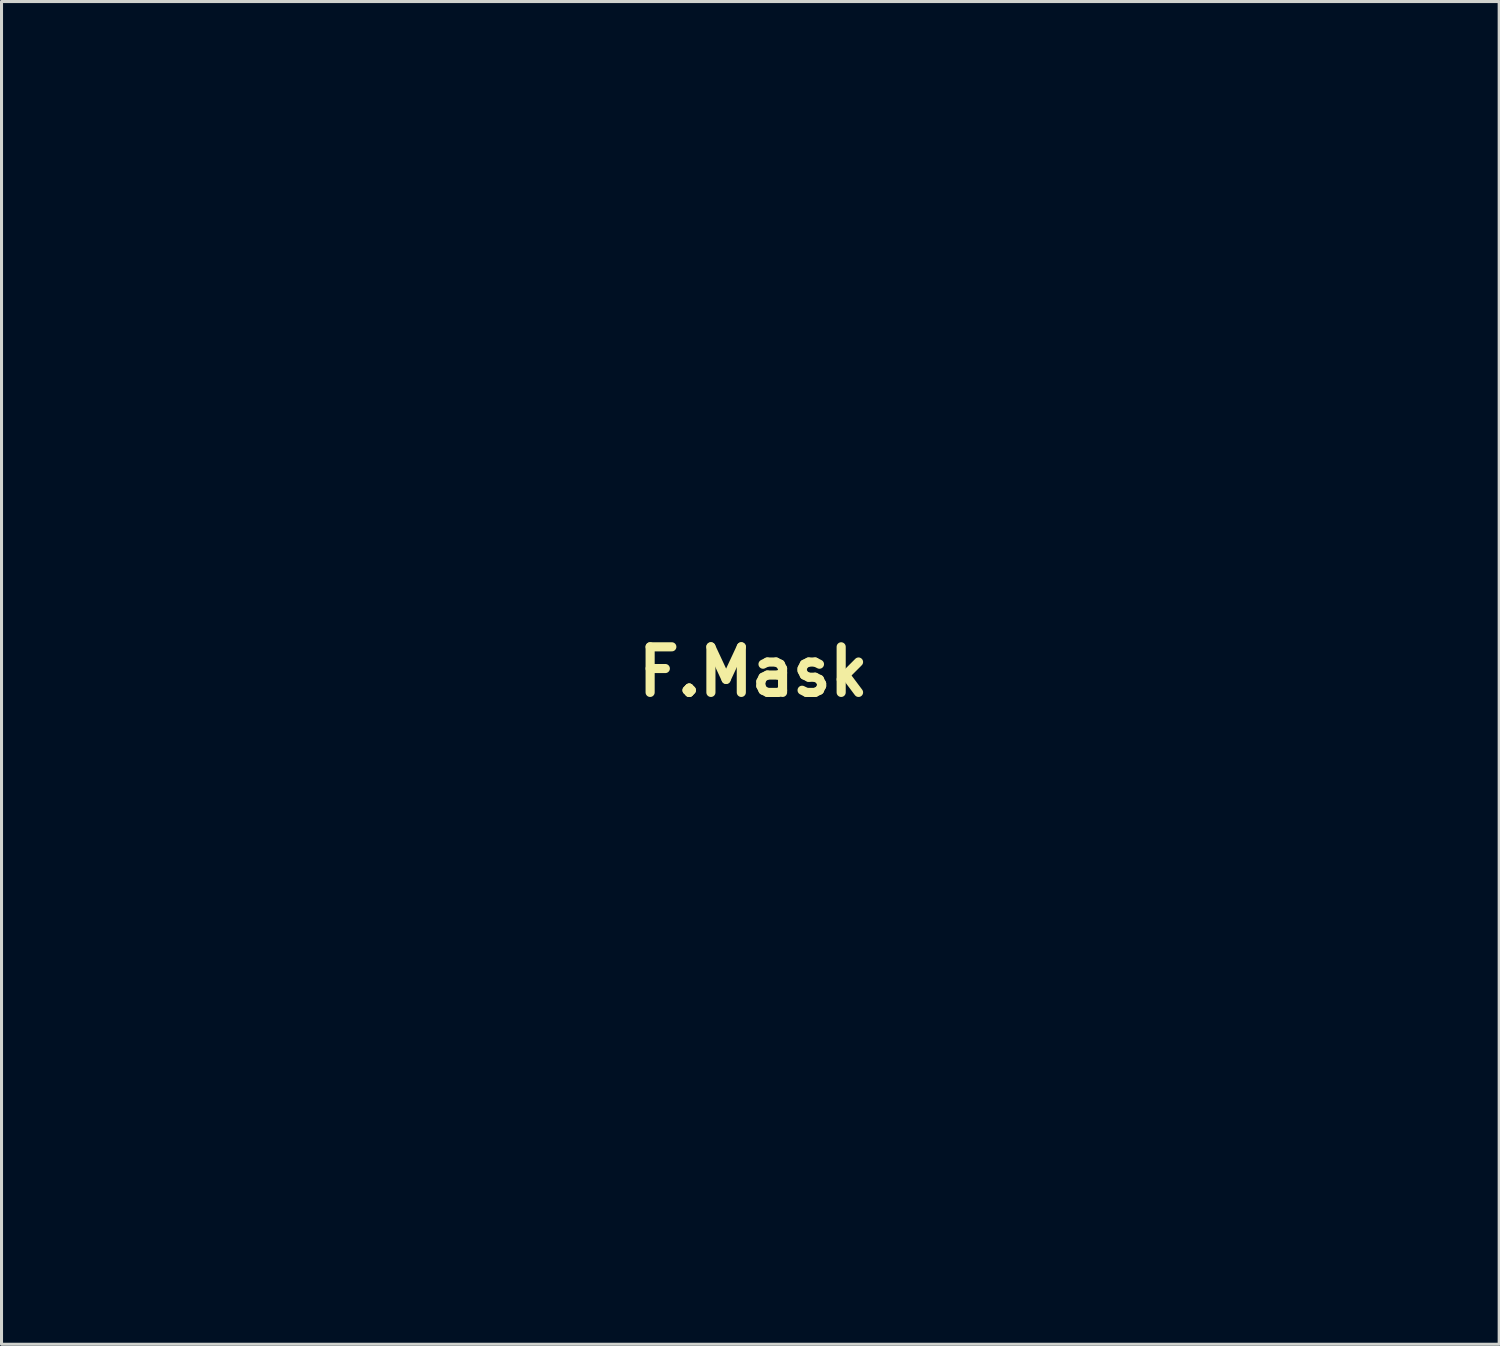
<source format=kicad_pcb>
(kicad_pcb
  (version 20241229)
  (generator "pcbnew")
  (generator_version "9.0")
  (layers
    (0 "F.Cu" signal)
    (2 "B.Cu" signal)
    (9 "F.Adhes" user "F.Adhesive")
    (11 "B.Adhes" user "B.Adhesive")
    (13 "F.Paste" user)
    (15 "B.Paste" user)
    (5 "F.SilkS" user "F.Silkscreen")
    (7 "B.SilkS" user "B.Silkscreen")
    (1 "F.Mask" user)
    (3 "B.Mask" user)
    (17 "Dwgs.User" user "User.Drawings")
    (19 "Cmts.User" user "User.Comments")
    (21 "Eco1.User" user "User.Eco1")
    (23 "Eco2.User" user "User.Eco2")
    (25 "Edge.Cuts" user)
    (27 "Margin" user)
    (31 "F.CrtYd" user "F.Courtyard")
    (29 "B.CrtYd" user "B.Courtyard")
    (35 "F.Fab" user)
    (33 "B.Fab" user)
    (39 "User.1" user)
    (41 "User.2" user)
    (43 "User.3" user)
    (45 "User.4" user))
  (footprint "F.Mask"
    (layer "F.Cu")
    (at 0.913 11.76)
    (property "Reference" "F.Mask" (at 20.82 7.293 0) (layer "F.SilkS") (effects (font (size 1.5 1.5) (thickness 0.3))))
    (attr board_only exclude_from_pos_files exclude_from_bom)
    (fp_poly (pts (xy 19.41 3.148) (xy 21.011 3.159) (xy 21.022 6.35) (xy 21.033 9.541) (xy 19.421 9.541) (xy 17.81 9.541) (xy 17.81 6.339) (xy 17.81 3.137)) (stroke (width 0) (type solid)) (fill yes) (layer "F.Mask"))
    (fp_poly (pts (xy 38.668 19.781) (xy 38.691 19.798) (xy 38.67 19.842) (xy 38.588 19.926) (xy 38.454 20.045) (xy 38.275 20.192) (xy 38.062 20.359) (xy 37.822 20.54) (xy 37.563 20.728) (xy 37.296 20.916) (xy 37.293 20.918) (xy 37.086 21.059) (xy 36.937 21.155) (xy 36.837 21.212) (xy 36.776 21.234) (xy 36.744 21.227) (xy 36.734 21.212) (xy 36.706 21.14) (xy 36.655 21.014) (xy 36.589 20.856) (xy 36.566 20.8) (xy 36.502 20.641) (xy 36.453 20.508) (xy 36.427 20.424) (xy 36.425 20.41) (xy 36.465 20.373) (xy 36.585 20.32) (xy 36.785 20.249) (xy 37.067 20.161) (xy 37.431 20.055) (xy 37.782 19.958) (xy 38.087 19.877) (xy 38.32 19.82) (xy 38.489 19.786) (xy 38.602 19.773)) (stroke (width 0) (type solid)) (fill yes) (layer "F.Mask"))
    (fp_poly (pts (xy 26.968 16.516) (xy 27.112 16.587) (xy 27.313 16.701) (xy 27.575 16.861) (xy 27.775 16.986) (xy 28.003 17.133) (xy 28.253 17.298) (xy 28.515 17.473) (xy 28.779 17.653) (xy 29.037 17.831) (xy 29.279 18.001) (xy 29.495 18.156) (xy 29.677 18.289) (xy 29.816 18.394) (xy 29.901 18.464) (xy 29.925 18.493) (xy 29.891 18.529) (xy 29.807 18.609) (xy 29.685 18.721) (xy 29.538 18.855) (xy 29.378 18.998) (xy 29.218 19.139) (xy 29.071 19.268) (xy 28.95 19.372) (xy 28.867 19.441) (xy 28.835 19.463) (xy 28.804 19.43) (xy 28.731 19.339) (xy 28.624 19.201) (xy 28.489 19.025) (xy 28.336 18.822) (xy 28.305 18.779) (xy 27.975 18.332) (xy 27.682 17.924) (xy 27.428 17.561) (xy 27.216 17.244) (xy 27.046 16.978) (xy 26.923 16.765) (xy 26.847 16.61) (xy 26.822 16.515) (xy 26.829 16.491) (xy 26.875 16.484)) (stroke (width 0) (type solid)) (fill yes) (layer "F.Mask"))
    (fp_poly (pts (xy 27.815 20.568) (xy 27.963 20.573) (xy 28.054 20.583) (xy 28.1 20.601) (xy 28.114 20.629) (xy 28.114 20.633) (xy 28.11 20.717) (xy 28.099 20.862) (xy 28.084 21.047) (xy 28.066 21.251) (xy 28.047 21.452) (xy 28.029 21.63) (xy 28.014 21.764) (xy 28.005 21.827) (xy 27.96 21.904) (xy 27.912 21.919) (xy 27.852 21.909) (xy 27.722 21.882) (xy 27.532 21.841) (xy 27.292 21.788) (xy 27.016 21.725) (xy 26.713 21.656) (xy 26.672 21.646) (xy 26.353 21.573) (xy 26.046 21.504) (xy 25.765 21.441) (xy 25.524 21.388) (xy 25.338 21.349) (xy 25.22 21.325) (xy 25.22 21.325) (xy 25.077 21.295) (xy 24.975 21.265) (xy 24.934 21.242) (xy 24.934 21.241) (xy 24.973 21.206) (xy 25.084 21.154) (xy 25.256 21.088) (xy 25.479 21.011) (xy 25.743 20.928) (xy 26.036 20.84) (xy 26.348 20.753) (xy 26.651 20.674) (xy 26.883 20.621) (xy 27.095 20.588) (xy 27.322 20.571) (xy 27.594 20.566)) (stroke (width 0) (type solid)) (fill yes) (layer "F.Mask"))
    (fp_poly (pts (xy 36.531 16.086) (xy 36.524 16.205) (xy 36.503 16.368) (xy 36.47 16.563) (xy 36.429 16.778) (xy 36.38 17) (xy 36.327 17.215) (xy 36.27 17.412) (xy 36.244 17.492) (xy 36.181 17.667) (xy 36.101 17.874) (xy 36.008 18.102) (xy 35.909 18.337) (xy 35.81 18.566) (xy 35.715 18.775) (xy 35.632 18.952) (xy 35.566 19.084) (xy 35.522 19.156) (xy 35.511 19.166) (xy 35.454 19.146) (xy 35.348 19.092) (xy 35.218 19.017) (xy 35.086 18.934) (xy 34.933 18.831) (xy 34.774 18.72) (xy 34.624 18.611) (xy 34.5 18.517) (xy 34.417 18.449) (xy 34.39 18.418) (xy 34.417 18.383) (xy 34.494 18.292) (xy 34.616 18.152) (xy 34.776 17.97) (xy 34.967 17.753) (xy 35.184 17.508) (xy 35.419 17.243) (xy 35.436 17.224) (xy 35.674 16.958) (xy 35.893 16.711) (xy 36.088 16.493) (xy 36.252 16.308) (xy 36.379 16.165) (xy 36.462 16.071) (xy 36.496 16.033) (xy 36.496 16.032) (xy 36.523 16.024)) (stroke (width 0) (type solid)) (fill yes) (layer "F.Mask"))
    (fp_poly (pts (xy 32.251 14.116) (xy 32.293 14.22) (xy 32.35 14.376) (xy 32.418 14.569) (xy 32.492 14.784) (xy 32.565 15.006) (xy 32.634 15.22) (xy 32.693 15.413) (xy 32.738 15.569) (xy 32.753 15.626) (xy 32.79 15.8) (xy 32.83 16.012) (xy 32.863 16.217) (xy 32.863 16.22) (xy 32.885 16.347) (xy 32.92 16.535) (xy 32.966 16.767) (xy 33.018 17.024) (xy 33.074 17.292) (xy 33.129 17.551) (xy 33.18 17.786) (xy 33.224 17.98) (xy 33.257 18.115) (xy 33.268 18.152) (xy 33.269 18.189) (xy 33.229 18.203) (xy 33.131 18.196) (xy 33.065 18.187) (xy 32.937 18.177) (xy 32.747 18.172) (xy 32.519 18.172) (xy 32.275 18.177) (xy 32.038 18.185) (xy 31.832 18.197) (xy 31.679 18.212) (xy 31.66 18.214) (xy 31.576 18.22) (xy 31.55 18.184) (xy 31.557 18.117) (xy 31.608 17.787) (xy 31.664 17.428) (xy 31.725 17.049) (xy 31.788 16.658) (xy 31.852 16.265) (xy 31.915 15.878) (xy 31.977 15.506) (xy 32.035 15.159) (xy 32.088 14.845) (xy 32.135 14.573) (xy 32.174 14.351) (xy 32.204 14.19) (xy 32.223 14.097) (xy 32.229 14.078)) (stroke (width 0) (type solid)) (fill yes) (layer "F.Mask"))
    (fp_poly (pts (xy 32.375 19.306) (xy 32.718 19.319) (xy 32.995 19.339) (xy 33.224 19.368) (xy 33.425 19.41) (xy 33.616 19.47) (xy 33.817 19.55) (xy 33.915 19.594) (xy 34.339 19.831) (xy 34.745 20.148) (xy 35.131 20.542) (xy 35.492 21.011) (xy 35.828 21.55) (xy 35.999 21.874) (xy 36.084 22.049) (xy 36.149 22.194) (xy 36.189 22.295) (xy 36.197 22.335) (xy 36.133 22.362) (xy 36 22.394) (xy 35.813 22.428) (xy 35.588 22.461) (xy 35.341 22.491) (xy 35.087 22.515) (xy 35.087 22.515) (xy 34.965 22.522) (xy 34.771 22.527) (xy 34.513 22.533) (xy 34.201 22.537) (xy 33.843 22.541) (xy 33.449 22.545) (xy 33.028 22.548) (xy 32.588 22.55) (xy 32.139 22.551) (xy 31.689 22.552) (xy 31.248 22.552) (xy 30.825 22.551) (xy 30.429 22.55) (xy 30.069 22.548) (xy 29.753 22.545) (xy 29.492 22.541) (xy 29.293 22.536) (xy 29.166 22.53) (xy 29.136 22.528) (xy 28.992 22.51) (xy 29.019 22.058) (xy 29.072 21.582) (xy 29.176 21.162) (xy 29.339 20.779) (xy 29.518 20.496) (xy 31.08 20.496) (xy 31.141 20.678) (xy 31.266 20.846) (xy 31.453 20.99) (xy 31.699 21.101) (xy 31.93 21.159) (xy 32.046 21.176) (xy 32.149 21.181) (xy 32.269 21.172) (xy 32.434 21.149) (xy 32.501 21.138) (xy 32.74 21.068) (xy 32.947 20.952) (xy 33.112 20.8) (xy 33.223 20.625) (xy 33.272 20.44) (xy 33.248 20.255) (xy 33.245 20.247) (xy 33.147 20.075) (xy 32.989 19.926) (xy 32.799 19.809) (xy 32.686 19.755) (xy 32.58 19.721) (xy 32.454 19.704) (xy 32.283 19.697) (xy 32.185 19.697) (xy 31.983 19.7) (xy 31.838 19.712) (xy 31.72 19.739) (xy 31.602 19.786) (xy 31.537 19.817) (xy 31.312 19.961) (xy 31.163 20.129) (xy 31.087 20.31) (xy 31.08 20.496) (xy 29.518 20.496) (xy 29.567 20.418) (xy 29.87 20.06) (xy 29.948 19.979) (xy 30.178 19.773) (xy 30.426 19.608) (xy 30.702 19.482) (xy 31.017 19.391) (xy 31.38 19.333) (xy 31.802 19.305) (xy 32.293 19.304)) (stroke (width 0) (type solid)) (fill yes) (layer "F.Mask"))
    (fp_poly (pts (xy 20.988 -11.759) (xy 21.258 -11.748) (xy 21.486 -11.728) (xy 21.605 -11.709) (xy 22.274 -11.531) (xy 22.886 -11.293) (xy 23.442 -10.991) (xy 23.945 -10.626) (xy 24.397 -10.196) (xy 24.748 -9.77) (xy 25.043 -9.328) (xy 25.293 -8.85) (xy 25.505 -8.324) (xy 25.685 -7.734) (xy 25.738 -7.528) (xy 25.886 -7.03) (xy 26.075 -6.595) (xy 26.315 -6.208) (xy 26.616 -5.853) (xy 26.938 -5.554) (xy 27.463 -5.165) (xy 28.037 -4.84) (xy 28.642 -4.587) (xy 28.973 -4.485) (xy 29.055 -4.463) (xy 29.133 -4.444) (xy 29.216 -4.429) (xy 29.311 -4.417) (xy 29.427 -4.408) (xy 29.572 -4.401) (xy 29.754 -4.396) (xy 29.982 -4.392) (xy 30.264 -4.39) (xy 30.607 -4.389) (xy 31.021 -4.389) (xy 31.4 -4.389) (xy 31.877 -4.389) (xy 32.381 -4.39) (xy 32.896 -4.392) (xy 33.404 -4.394) (xy 33.888 -4.397) (xy 34.33 -4.4) (xy 34.713 -4.404) (xy 34.877 -4.406) (xy 35.277 -4.41) (xy 35.602 -4.412) (xy 35.863 -4.411) (xy 36.071 -4.407) (xy 36.235 -4.4) (xy 36.368 -4.389) (xy 36.478 -4.374) (xy 36.577 -4.355) (xy 36.584 -4.353) (xy 37.157 -4.182) (xy 37.7 -3.934) (xy 38.208 -3.617) (xy 38.676 -3.236) (xy 39.097 -2.797) (xy 39.467 -2.305) (xy 39.779 -1.767) (xy 40.03 -1.187) (xy 40.212 -0.572) (xy 40.227 -0.508) (xy 40.236 -0.458) (xy 40.245 -0.398) (xy 40.253 -0.322) (xy 40.26 -0.227) (xy 40.267 -0.109) (xy 40.272 0.037) (xy 40.278 0.215) (xy 40.282 0.428) (xy 40.286 0.682) (xy 40.29 0.979) (xy 40.294 1.325) (xy 40.297 1.724) (xy 40.3 2.179) (xy 40.302 2.694) (xy 40.305 3.275) (xy 40.307 3.924) (xy 40.31 4.647) (xy 40.312 5.447) (xy 40.314 6.165) (xy 40.317 7.023) (xy 40.319 7.8) (xy 40.32 8.503) (xy 40.322 9.134) (xy 40.323 9.7) (xy 40.323 10.205) (xy 40.323 10.653) (xy 40.322 11.05) (xy 40.321 11.399) (xy 40.319 11.707) (xy 40.316 11.977) (xy 40.312 12.214) (xy 40.308 12.423) (xy 40.303 12.61) (xy 40.296 12.777) (xy 40.289 12.931) (xy 40.281 13.076) (xy 40.271 13.217) (xy 40.261 13.358) (xy 40.249 13.504) (xy 40.236 13.66) (xy 40.234 13.692) (xy 40.201 14.153) (xy 40.174 14.667) (xy 40.153 15.218) (xy 40.139 15.794) (xy 40.132 16.379) (xy 40.13 16.959) (xy 40.136 17.522) (xy 40.147 18.051) (xy 40.166 18.535) (xy 40.191 18.957) (xy 40.213 19.209) (xy 40.329 20.203) (xy 40.472 21.127) (xy 40.646 21.993) (xy 40.855 22.814) (xy 41.102 23.601) (xy 41.39 24.366) (xy 41.723 25.121) (xy 42.104 25.877) (xy 42.208 26.068) (xy 42.296 26.23) (xy 42.346 26.333) (xy 42.362 26.389) (xy 42.348 26.413) (xy 42.308 26.418) (xy 42.305 26.418) (xy 42.26 26.406) (xy 42.211 26.362) (xy 42.151 26.274) (xy 42.073 26.133) (xy 41.967 25.925) (xy 41.965 25.919) (xy 41.888 25.767) (xy 41.777 25.551) (xy 41.639 25.285) (xy 41.479 24.98) (xy 41.305 24.648) (xy 41.123 24.302) (xy 40.937 23.953) (xy 40.936 23.949) (xy 40.758 23.614) (xy 40.589 23.293) (xy 40.433 22.997) (xy 40.296 22.735) (xy 40.184 22.516) (xy 40.1 22.352) (xy 40.05 22.251) (xy 40.045 22.241) (xy 40.001 22.135) (xy 39.961 22.013) (xy 39.924 21.868) (xy 39.888 21.696) (xy 39.855 21.489) (xy 39.822 21.242) (xy 39.789 20.948) (xy 39.755 20.602) (xy 39.719 20.198) (xy 39.682 19.728) (xy 39.641 19.188) (xy 39.597 18.571) (xy 39.584 18.382) (xy 39.533 17.671) (xy 39.483 17.039) (xy 39.435 16.483) (xy 39.387 15.997) (xy 39.34 15.576) (xy 39.292 15.217) (xy 39.243 14.913) (xy 39.192 14.661) (xy 39.139 14.455) (xy 39.083 14.291) (xy 39.013 14.14) (xy 38.936 14.045) (xy 38.838 13.982) (xy 38.631 13.903) (xy 38.345 13.83) (xy 37.978 13.761) (xy 37.531 13.698) (xy 37.002 13.64) (xy 36.392 13.586) (xy 35.7 13.538) (xy 34.925 13.495) (xy 34.068 13.457) (xy 33.127 13.424) (xy 32.103 13.396) (xy 30.995 13.373) (xy 30.319 13.361) (xy 30.078 13.358) (xy 29.763 13.356) (xy 29.379 13.354) (xy 28.93 13.352) (xy 28.421 13.351) (xy 27.857 13.35) (xy 27.243 13.35) (xy 26.583 13.349) (xy 25.882 13.349) (xy 25.144 13.35) (xy 24.375 13.35) (xy 23.579 13.351) (xy 22.76 13.352) (xy 21.924 13.354) (xy 21.075 13.356) (xy 20.217 13.358) (xy 19.356 13.36) (xy 18.496 13.362) (xy 17.642 13.365) (xy 16.799 13.367) (xy 15.97 13.37) (xy 15.162 13.373) (xy 14.378 13.376) (xy 13.623 13.38) (xy 12.902 13.383) (xy 12.22 13.387) (xy 11.581 13.39) (xy 10.991 13.394) (xy 10.453 13.398) (xy 9.972 13.401) (xy 9.553 13.405) (xy 9.202 13.409) (xy 8.921 13.413) (xy 8.717 13.417) (xy 8.608 13.42) (xy 8.437 13.426) (xy 8.196 13.435) (xy 7.899 13.445) (xy 7.561 13.455) (xy 7.195 13.467) (xy 6.816 13.478) (xy 6.551 13.486) (xy 5.628 13.516) (xy 4.767 13.55) (xy 3.968 13.588) (xy 3.235 13.63) (xy 2.569 13.675) (xy 1.973 13.724) (xy 1.448 13.775) (xy 0.997 13.83) (xy 0.621 13.888) (xy 0.324 13.948) (xy 0.106 14.011) (xy -0.029 14.076) (xy -0.055 14.097) (xy -0.086 14.146) (xy -0.112 14.235) (xy -0.135 14.372) (xy -0.157 14.568) (xy -0.178 14.834) (xy -0.191 15.011) (xy -0.211 15.295) (xy -0.229 15.506) (xy -0.246 15.652) (xy -0.265 15.746) (xy -0.287 15.797) (xy -0.313 15.816) (xy -0.324 15.817) (xy -0.356 15.803) (xy -0.371 15.751) (xy -0.369 15.643) (xy -0.359 15.53) (xy -0.352 15.367) (xy -0.353 15.134) (xy -0.362 14.849) (xy -0.377 14.526) (xy -0.398 14.182) (xy -0.425 13.832) (xy -0.455 13.491) (xy -0.487 13.193) (xy -0.503 13.029) (xy -0.52 12.793) (xy -0.539 12.498) (xy -0.558 12.157) (xy -0.577 11.782) (xy -0.595 11.386) (xy -0.606 11.11) (xy 0 11.11) (xy 0 12.679) (xy 6.339 12.679) (xy 12.679 12.679) (xy 12.679 11.11) (xy 12.679 9.541) (xy 6.339 9.541) (xy 0 9.541) (xy 0 11.11) (xy -0.606 11.11) (xy -0.611 10.983) (xy -0.615 10.895) (xy -0.632 10.43) (xy -0.651 9.918) (xy -0.671 9.382) (xy -0.692 8.844) (xy -0.712 8.328) (xy -0.73 7.858) (xy -0.742 7.569) (xy -0.776 6.697) (xy -0.785 6.471) (xy -0.165 6.471) (xy -0.158 6.513) (xy -0.131 6.625) (xy -0.088 6.797) (xy -0.031 7.018) (xy 0.036 7.276) (xy 0.111 7.559) (xy 0.19 7.858) (xy 0.27 8.161) (xy 0.349 8.456) (xy 0.424 8.733) (xy 0.492 8.98) (xy 0.549 9.186) (xy 0.593 9.341) (xy 0.62 9.432) (xy 0.625 9.446) (xy 0.68 9.486) (xy 0.737 9.481) (xy 0.788 9.468) (xy 0.916 9.434) (xy 1.117 9.38) (xy 1.385 9.308) (xy 1.718 9.219) (xy 2.108 9.114) (xy 2.554 8.995) (xy 3.048 8.863) (xy 3.588 8.718) (xy 4.168 8.563) (xy 4.783 8.398) (xy 5.43 8.225) (xy 6.103 8.045) (xy 6.348 7.979) (xy 14.676 7.979) (xy 14.677 8.432) (xy 14.679 8.824) (xy 14.683 9.16) (xy 14.69 9.447) (xy 14.699 9.689) (xy 14.712 9.893) (xy 14.728 10.065) (xy 14.748 10.209) (xy 14.773 10.334) (xy 14.802 10.443) (xy 14.837 10.543) (xy 14.876 10.64) (xy 14.922 10.739) (xy 14.974 10.847) (xy 14.989 10.877) (xy 15.254 11.329) (xy 15.579 11.726) (xy 15.959 12.061) (xy 16.388 12.331) (xy 16.86 12.531) (xy 17.08 12.595) (xy 17.38 12.647) (xy 17.725 12.668) (xy 18.084 12.658) (xy 18.426 12.619) (xy 18.719 12.552) (xy 18.721 12.551) (xy 19.215 12.353) (xy 19.658 12.089) (xy 20.045 11.764) (xy 20.374 11.38) (xy 20.639 10.94) (xy 20.648 10.923) (xy 20.724 10.758) (xy 20.788 10.599) (xy 20.843 10.424) (xy 20.898 10.215) (xy 20.958 9.949) (xy 20.982 9.838) (xy 20.993 9.812) (xy 21.003 9.854) (xy 21.011 9.966) (xy 21.017 10.152) (xy 21.022 10.413) (xy 21.025 10.753) (xy 21.027 11.163) (xy 21.032 12.679) (xy 22.601 12.679) (xy 24.17 12.679) (xy 26.754 12.679) (xy 28.325 12.679) (xy 29.895 12.679) (xy 29.895 9.682) (xy 29.895 9.187) (xy 29.896 8.719) (xy 29.898 8.283) (xy 29.899 7.886) (xy 29.902 7.536) (xy 29.905 7.239) (xy 29.908 7.001) (xy 29.911 6.829) (xy 29.915 6.731) (xy 29.918 6.709) (xy 29.938 6.758) (xy 29.97 6.869) (xy 30.01 7.022) (xy 30.024 7.081) (xy 30.18 7.555) (xy 30.41 7.997) (xy 30.706 8.398) (xy 31.06 8.75) (xy 31.465 9.045) (xy 31.914 9.275) (xy 32.121 9.353) (xy 32.481 9.443) (xy 32.882 9.49) (xy 33.289 9.493) (xy 33.67 9.45) (xy 33.737 9.436) (xy 34.225 9.287) (xy 34.679 9.065) (xy 35.091 8.777) (xy 35.452 8.428) (xy 35.754 8.026) (xy 35.913 7.742) (xy 35.99 7.578) (xy 36.053 7.418) (xy 36.109 7.244) (xy 36.164 7.034) (xy 36.224 6.768) (xy 36.247 6.657) (xy 36.256 6.656) (xy 36.264 6.738) (xy 36.271 6.904) (xy 36.277 7.153) (xy 36.282 7.486) (xy 36.286 7.904) (xy 36.289 8.406) (xy 36.291 8.992) (xy 36.293 9.573) (xy 36.298 12.679) (xy 37.867 12.679) (xy 39.436 12.679) (xy 39.436 7.85) (xy 39.436 7.074) (xy 39.435 6.378) (xy 39.435 5.757) (xy 39.434 5.206) (xy 39.431 4.72) (xy 39.428 4.295) (xy 39.424 3.925) (xy 39.419 3.606) (xy 39.412 3.332) (xy 39.403 3.1) (xy 39.392 2.903) (xy 39.379 2.738) (xy 39.364 2.599) (xy 39.346 2.481) (xy 39.325 2.38) (xy 39.302 2.29) (xy 39.275 2.208) (xy 39.245 2.126) (xy 39.212 2.042) (xy 39.205 2.026) (xy 38.972 1.559) (xy 38.673 1.142) (xy 38.314 0.781) (xy 37.902 0.481) (xy 37.443 0.247) (xy 37.074 0.12) (xy 36.756 0.057) (xy 36.395 0.026) (xy 36.024 0.03) (xy 35.679 0.068) (xy 35.513 0.103) (xy 35.026 0.272) (xy 34.58 0.512) (xy 34.18 0.814) (xy 33.834 1.173) (xy 33.548 1.582) (xy 33.327 2.034) (xy 33.179 2.521) (xy 33.139 2.735) (xy 33.107 2.947) (xy 33.029 2.565) (xy 32.888 2.078) (xy 32.672 1.625) (xy 32.391 1.212) (xy 32.049 0.847) (xy 31.656 0.539) (xy 31.217 0.293) (xy 30.739 0.118) (xy 30.679 0.102) (xy 30.361 0.046) (xy 30 0.024) (xy 29.629 0.036) (xy 29.283 0.082) (xy 29.118 0.12) (xy 28.629 0.3) (xy 28.183 0.55) (xy 27.786 0.865) (xy 27.444 1.239) (xy 27.162 1.666) (xy 26.945 2.141) (xy 26.854 2.428) (xy 26.843 2.474) (xy 26.833 2.53) (xy 26.824 2.6) (xy 26.816 2.689) (xy 26.809 2.802) (xy 26.803 2.944) (xy 26.798 3.119) (xy 26.793 3.333) (xy 26.789 3.589) (xy 26.785 3.892) (xy 26.782 4.248) (xy 26.779 4.66) (xy 26.777 5.134) (xy 26.774 5.674) (xy 26.772 6.286) (xy 26.77 6.973) (xy 26.768 7.686) (xy 26.754 12.679) (xy 24.17 12.679) (xy 24.17 6.339) (xy 24.17 0) (xy 22.601 0) (xy 21.032 0) (xy 21.028 1.516) (xy 21.026 1.945) (xy 21.022 2.292) (xy 21.017 2.557) (xy 21.01 2.742) (xy 21.002 2.85) (xy 20.991 2.881) (xy 20.984 2.862) (xy 20.953 2.728) (xy 20.913 2.553) (xy 20.883 2.417) (xy 20.836 2.256) (xy 20.761 2.053) (xy 20.671 1.841) (xy 20.623 1.739) (xy 20.523 1.546) (xy 20.426 1.389) (xy 20.314 1.243) (xy 20.168 1.083) (xy 20.04 0.953) (xy 19.669 0.626) (xy 19.287 0.376) (xy 18.878 0.195) (xy 18.427 0.075) (xy 18.182 0.037) (xy 17.694 0.016) (xy 17.207 0.077) (xy 16.729 0.218) (xy 16.269 0.434) (xy 15.836 0.725) (xy 15.743 0.8) (xy 15.481 1.06) (xy 15.234 1.383) (xy 15.016 1.748) (xy 14.841 2.133) (xy 14.792 2.269) (xy 14.693 2.565) (xy 14.681 6.191) (xy 14.679 6.864) (xy 14.677 7.458) (xy 14.676 7.979) (xy 6.348 7.979) (xy 6.797 7.858) (xy 6.816 7.853) (xy 7.51 7.667) (xy 8.181 7.487) (xy 8.826 7.314) (xy 9.439 7.149) (xy 10.016 6.993) (xy 10.552 6.848) (xy 11.043 6.715) (xy 11.484 6.596) (xy 11.871 6.49) (xy 12.199 6.401) (xy 12.464 6.328) (xy 12.66 6.273) (xy 12.784 6.238) (xy 12.83 6.223) (xy 12.83 6.223) (xy 12.825 6.179) (xy 12.8 6.064) (xy 12.758 5.89) (xy 12.703 5.668) (xy 12.637 5.408) (xy 12.564 5.123) (xy 12.486 4.824) (xy 12.406 4.52) (xy 12.328 4.225) (xy 12.253 3.949) (xy 12.185 3.702) (xy 12.128 3.498) (xy 12.083 3.345) (xy 12.054 3.257) (xy 12.048 3.241) (xy 12.003 3.245) (xy 11.878 3.272) (xy 11.673 3.32) (xy 11.389 3.39) (xy 11.029 3.481) (xy 10.592 3.594) (xy 10.081 3.727) (xy 9.495 3.88) (xy 8.837 4.053) (xy 8.107 4.247) (xy 7.307 4.46) (xy 6.438 4.692) (xy 5.937 4.826) (xy 5.237 5.013) (xy 4.56 5.195) (xy 3.91 5.369) (xy 3.292 5.535) (xy 2.709 5.692) (xy 2.168 5.838) (xy 1.671 5.971) (xy 1.224 6.092) (xy 0.831 6.198) (xy 0.497 6.289) (xy 0.225 6.363) (xy 0.022 6.418) (xy -0.109 6.454) (xy -0.164 6.47) (xy -0.165 6.471) (xy -0.785 6.471) (xy -0.806 5.905) (xy -0.833 5.189) (xy -0.855 4.544) (xy -0.874 3.964) (xy -0.889 3.447) (xy -0.9 2.986) (xy -0.908 2.578) (xy -0.912 2.217) (xy -0.913 1.9) (xy -0.91 1.621) (xy -0.908 1.569) (xy 0 1.569) (xy 0 3.138) (xy 6.339 3.138) (xy 12.679 3.138) (xy 12.679 1.569) (xy 12.679 0) (xy 6.339 0) (xy 0 0) (xy 0 1.569) (xy -0.908 1.569) (xy -0.903 1.376) (xy -0.893 1.161) (xy -0.88 0.97) (xy -0.863 0.799) (xy -0.844 0.643) (xy -0.822 0.509) (xy -0.667 -0.153) (xy -0.434 -0.786) (xy -0.131 -1.384) (xy 0.238 -1.943) (xy 0.669 -2.456) (xy 1.155 -2.92) (xy 1.693 -3.328) (xy 2.276 -3.675) (xy 2.9 -3.957) (xy 3.559 -4.167) (xy 3.774 -4.218) (xy 3.917 -4.243) (xy 4.103 -4.266) (xy 4.337 -4.286) (xy 4.623 -4.303) (xy 4.964 -4.318) (xy 5.364 -4.331) (xy 5.827 -4.341) (xy 6.356 -4.35) (xy 6.955 -4.356) (xy 7.629 -4.361) (xy 8.38 -4.364) (xy 9.103 -4.365) (xy 9.717 -4.366) (xy 10.253 -4.367) (xy 10.715 -4.37) (xy 11.11 -4.372) (xy 11.442 -4.376) (xy 11.719 -4.381) (xy 11.945 -4.387) (xy 12.127 -4.395) (xy 12.27 -4.403) (xy 12.379 -4.413) (xy 12.462 -4.425) (xy 12.474 -4.427) (xy 13.054 -4.579) (xy 13.613 -4.806) (xy 14.139 -5.101) (xy 14.618 -5.457) (xy 14.95 -5.771) (xy 15.186 -6.038) (xy 15.379 -6.3) (xy 15.54 -6.578) (xy 15.679 -6.89) (xy 15.755 -7.108) (xy 18.866 -7.108) (xy 18.905 -6.693) (xy 19.02 -6.311) (xy 19.207 -5.968) (xy 19.464 -5.671) (xy 19.784 -5.426) (xy 19.941 -5.338) (xy 20.099 -5.265) (xy 20.253 -5.204) (xy 20.343 -5.177) (xy 20.583 -5.142) (xy 20.862 -5.136) (xy 21.14 -5.157) (xy 21.381 -5.203) (xy 21.409 -5.211) (xy 21.71 -5.327) (xy 21.966 -5.482) (xy 22.206 -5.693) (xy 22.273 -5.763) (xy 22.519 -6.087) (xy 22.691 -6.438) (xy 22.788 -6.808) (xy 22.811 -7.185) (xy 22.759 -7.559) (xy 22.632 -7.92) (xy 22.43 -8.256) (xy 22.301 -8.413) (xy 21.99 -8.697) (xy 21.648 -8.902) (xy 21.278 -9.028) (xy 20.88 -9.074) (xy 20.848 -9.074) (xy 20.438 -9.034) (xy 20.061 -8.921) (xy 19.722 -8.742) (xy 19.43 -8.504) (xy 19.192 -8.213) (xy 19.013 -7.876) (xy 18.902 -7.501) (xy 18.866 -7.108) (xy 15.755 -7.108) (xy 15.806 -7.256) (xy 15.875 -7.484) (xy 15.946 -7.721) (xy 16.025 -7.966) (xy 16.101 -8.187) (xy 16.152 -8.323) (xy 16.451 -8.974) (xy 16.805 -9.564) (xy 17.211 -10.09) (xy 17.668 -10.55) (xy 18.173 -10.944) (xy 18.724 -11.268) (xy 19.319 -11.521) (xy 19.955 -11.701) (xy 19.993 -11.709) (xy 20.179 -11.735) (xy 20.423 -11.752) (xy 20.701 -11.76)) (stroke (width 0) (type solid)) (fill yes) (layer "F.Mask")))
  (gr_rect
    (start -3 -3)
    (end 46.275 41.178)
    (stroke (width 0.1) (type default))
    (fill no)
    (layer "Edge.Cuts")))
</source>
